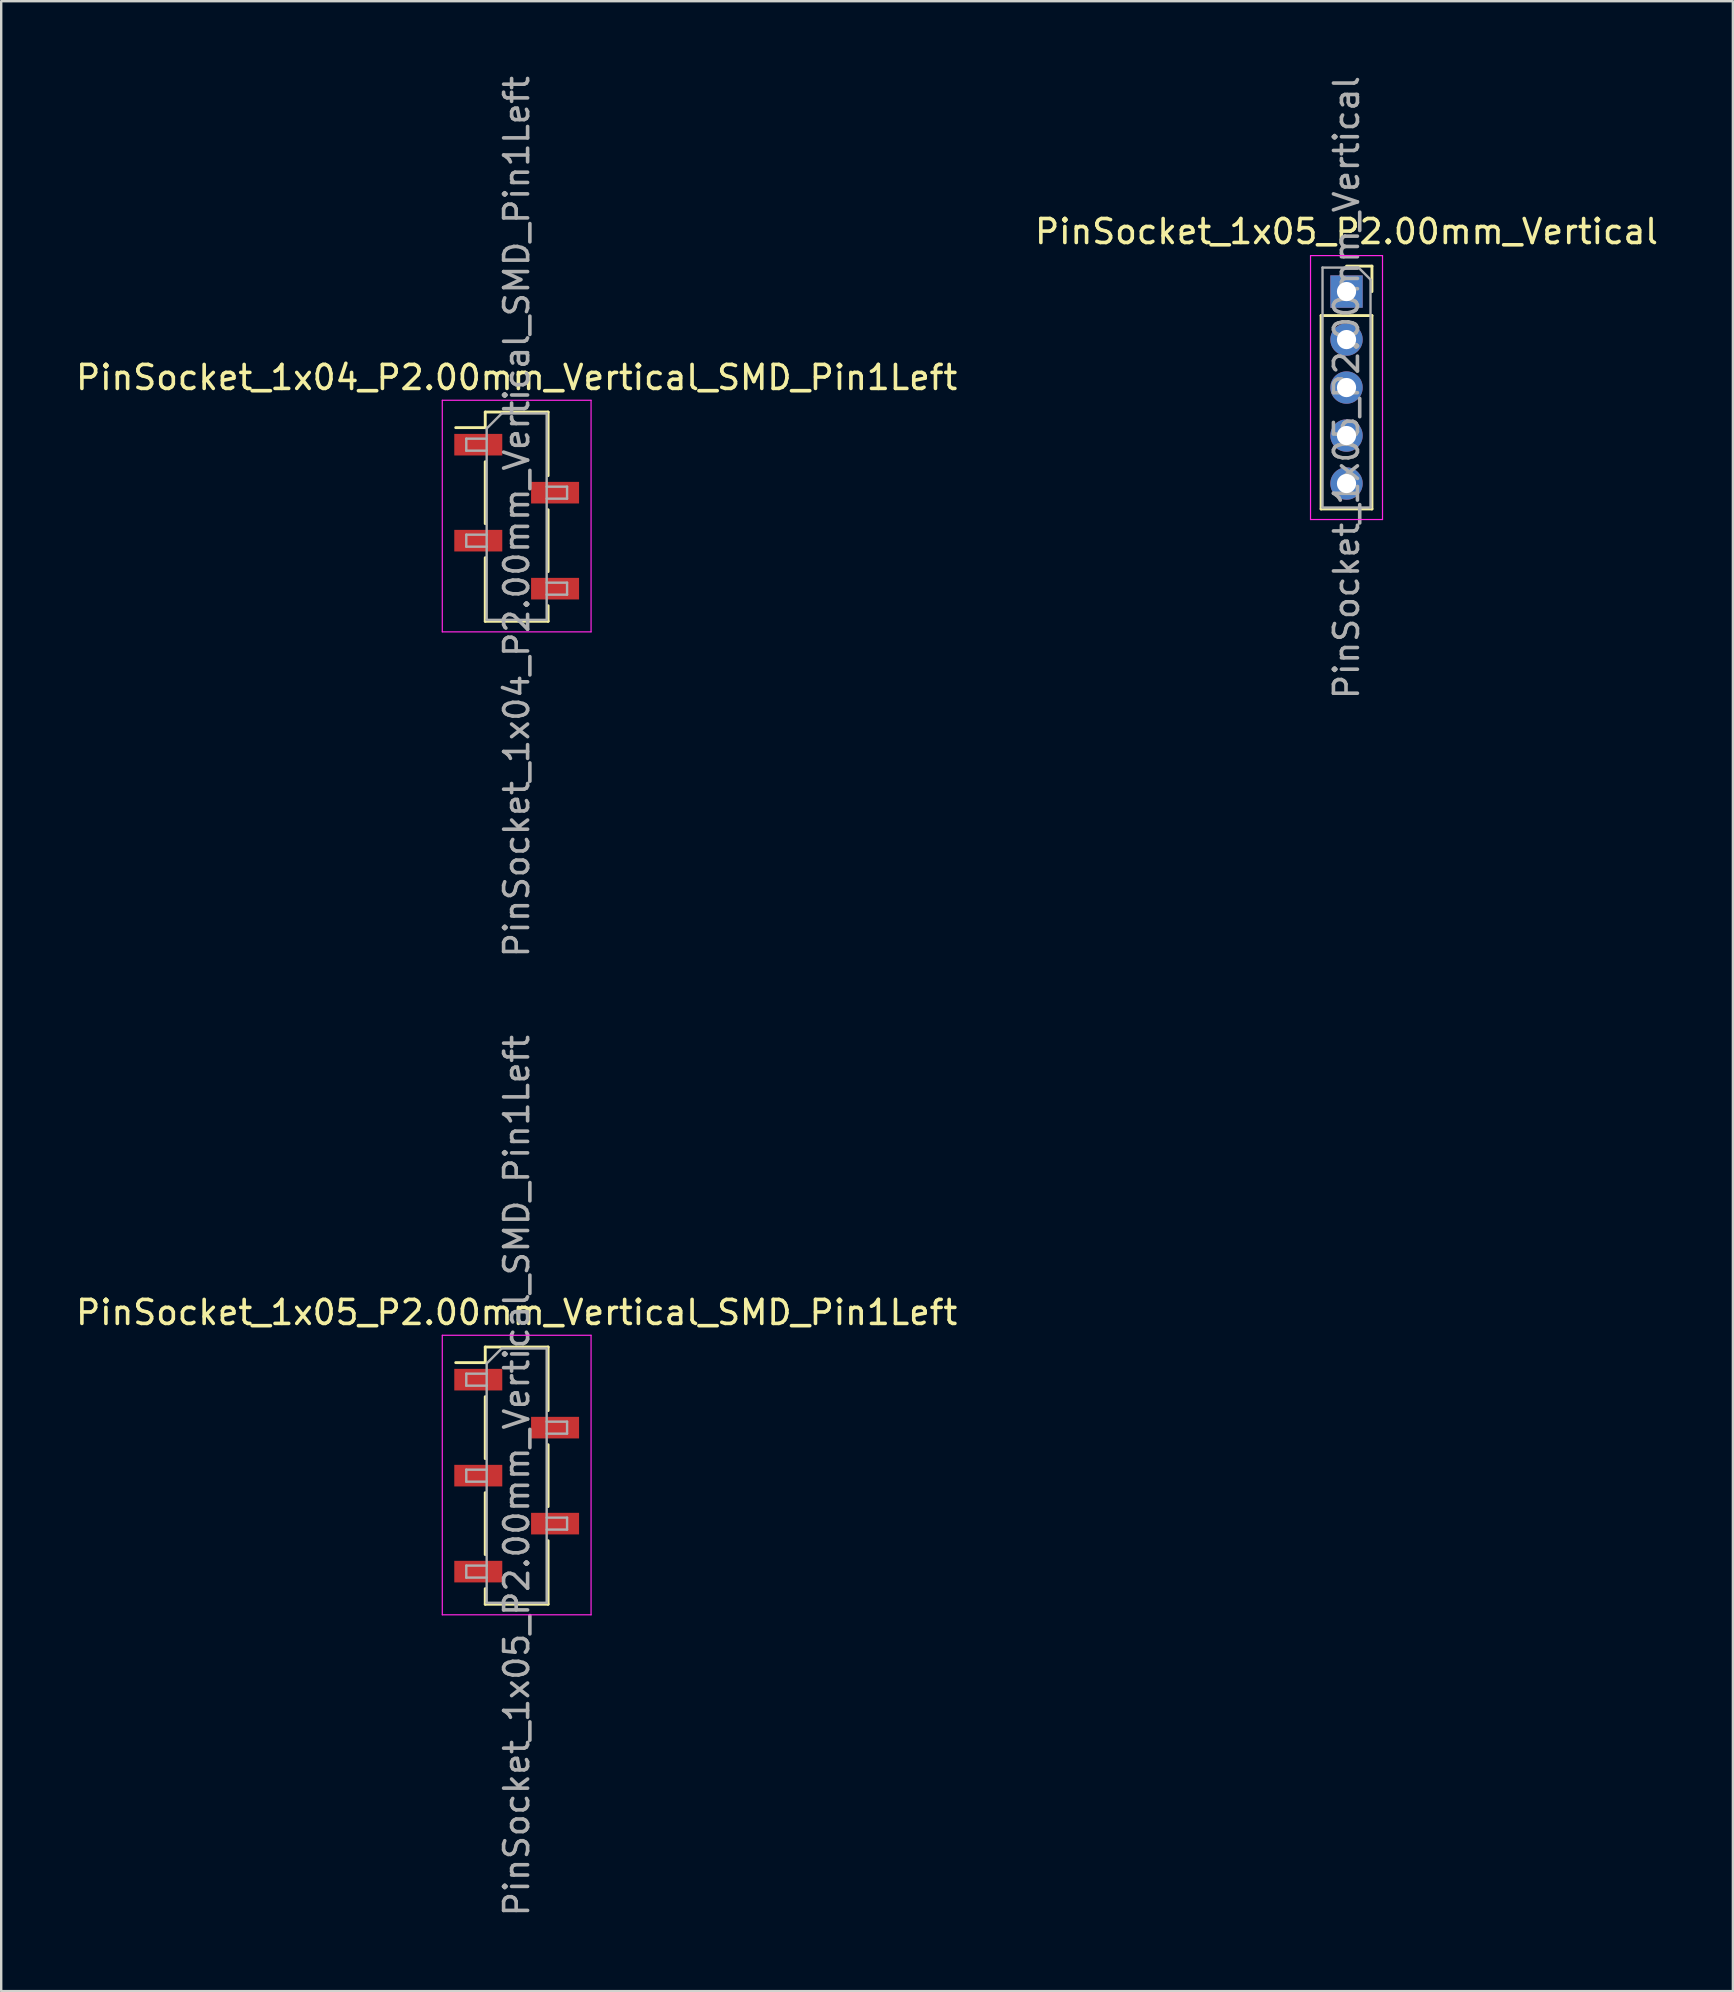
<source format=kicad_pcb>
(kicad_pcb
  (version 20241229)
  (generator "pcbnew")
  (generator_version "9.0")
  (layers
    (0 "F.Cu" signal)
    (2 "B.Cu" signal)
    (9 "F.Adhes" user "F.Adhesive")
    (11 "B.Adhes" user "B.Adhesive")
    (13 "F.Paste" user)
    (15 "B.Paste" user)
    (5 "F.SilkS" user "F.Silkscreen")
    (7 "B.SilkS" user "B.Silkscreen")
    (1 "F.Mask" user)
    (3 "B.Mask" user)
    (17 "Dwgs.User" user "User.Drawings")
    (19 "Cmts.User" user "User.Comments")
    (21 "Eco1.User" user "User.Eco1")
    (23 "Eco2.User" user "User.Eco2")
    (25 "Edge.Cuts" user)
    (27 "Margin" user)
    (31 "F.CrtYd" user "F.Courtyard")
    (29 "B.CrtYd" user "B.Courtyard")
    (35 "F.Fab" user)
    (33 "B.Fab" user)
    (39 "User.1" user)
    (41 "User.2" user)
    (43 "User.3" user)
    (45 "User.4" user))
  (footprint "PinSocket_1x05_P2.00mm_Vertical_SMD_Pin1Left"
    (layer "F.Cu")
    (at 18.482 58.446)
    (property "Reference" "PinSocket_1x05_P2.00mm_Vertical_SMD_Pin1Left" (at 0 -6.8 0) (layer "F.SilkS") (effects (font (size 1 1) (thickness 0.15))))
    (attr smd)
    (fp_line (start -2.54 -4.71) (end -1.31 -4.71) (stroke (width 0.12) (type solid)) (layer "F.SilkS"))
    (fp_line (start -1.31 -5.36) (end -1.31 -4.71) (stroke (width 0.12) (type solid)) (layer "F.SilkS"))
    (fp_line (start -1.31 -5.36) (end 1.31 -5.36) (stroke (width 0.12) (type solid)) (layer "F.SilkS"))
    (fp_line (start -1.31 -3.29) (end -1.31 -0.71) (stroke (width 0.12) (type solid)) (layer "F.SilkS"))
    (fp_line (start -1.31 0.71) (end -1.31 3.29) (stroke (width 0.12) (type solid)) (layer "F.SilkS"))
    (fp_line (start -1.31 4.71) (end -1.31 5.36) (stroke (width 0.12) (type solid)) (layer "F.SilkS"))
    (fp_line (start -1.31 5.36) (end 1.31 5.36) (stroke (width 0.12) (type solid)) (layer "F.SilkS"))
    (fp_line (start 1.31 -5.36) (end 1.31 -2.71) (stroke (width 0.12) (type solid)) (layer "F.SilkS"))
    (fp_line (start 1.31 -1.29) (end 1.31 1.29) (stroke (width 0.12) (type solid)) (layer "F.SilkS"))
    (fp_line (start 1.31 2.71) (end 1.31 5.36) (stroke (width 0.12) (type solid)) (layer "F.SilkS"))
    (fp_line (start -3.1 -5.85) (end 3.1 -5.85) (stroke (width 0.05) (type solid)) (layer "F.CrtYd"))
    (fp_line (start -3.1 5.8) (end -3.1 -5.85) (stroke (width 0.05) (type solid)) (layer "F.CrtYd"))
    (fp_line (start 3.1 -5.85) (end 3.1 5.8) (stroke (width 0.05) (type solid)) (layer "F.CrtYd"))
    (fp_line (start 3.1 5.8) (end -3.1 5.8) (stroke (width 0.05) (type solid)) (layer "F.CrtYd"))
    (fp_line (start -2.1 -4.25) (end -1.25 -4.25) (stroke (width 0.1) (type solid)) (layer "F.Fab"))
    (fp_line (start -2.1 -3.75) (end -2.1 -4.25) (stroke (width 0.1) (type solid)) (layer "F.Fab"))
    (fp_line (start -2.1 -0.25) (end -1.25 -0.25) (stroke (width 0.1) (type solid)) (layer "F.Fab"))
    (fp_line (start -2.1 0.25) (end -2.1 -0.25) (stroke (width 0.1) (type solid)) (layer "F.Fab"))
    (fp_line (start -2.1 3.75) (end -1.25 3.75) (stroke (width 0.1) (type solid)) (layer "F.Fab"))
    (fp_line (start -2.1 4.25) (end -2.1 3.75) (stroke (width 0.1) (type solid)) (layer "F.Fab"))
    (fp_line (start -1.25 -4.675) (end -0.625 -5.3) (stroke (width 0.1) (type solid)) (layer "F.Fab"))
    (fp_line (start -1.25 -3.75) (end -2.1 -3.75) (stroke (width 0.1) (type solid)) (layer "F.Fab"))
    (fp_line (start -1.25 0.25) (end -2.1 0.25) (stroke (width 0.1) (type solid)) (layer "F.Fab"))
    (fp_line (start -1.25 4.25) (end -2.1 4.25) (stroke (width 0.1) (type solid)) (layer "F.Fab"))
    (fp_line (start -1.25 5.3) (end -1.25 -4.675) (stroke (width 0.1) (type solid)) (layer "F.Fab"))
    (fp_line (start -0.625 -5.3) (end 1.25 -5.3) (stroke (width 0.1) (type solid)) (layer "F.Fab"))
    (fp_line (start 1.25 -5.3) (end 1.25 5.3) (stroke (width 0.1) (type solid)) (layer "F.Fab"))
    (fp_line (start 1.25 -2.25) (end 2.1 -2.25) (stroke (width 0.1) (type solid)) (layer "F.Fab"))
    (fp_line (start 1.25 1.75) (end 2.1 1.75) (stroke (width 0.1) (type solid)) (layer "F.Fab"))
    (fp_line (start 1.25 5.3) (end -1.25 5.3) (stroke (width 0.1) (type solid)) (layer "F.Fab"))
    (fp_line (start 2.1 -2.25) (end 2.1 -1.75) (stroke (width 0.1) (type solid)) (layer "F.Fab"))
    (fp_line (start 2.1 -1.75) (end 1.25 -1.75) (stroke (width 0.1) (type solid)) (layer "F.Fab"))
    (fp_line (start 2.1 1.75) (end 2.1 2.25) (stroke (width 0.1) (type solid)) (layer "F.Fab"))
    (fp_line (start 2.1 2.25) (end 1.25 2.25) (stroke (width 0.1) (type solid)) (layer "F.Fab"))
    (fp_text user "${REFERENCE}" (at 0 0 90) (layer "F.Fab") (effects (font (size 1 1) (thickness 0.15))))
    (pad "1" smd rect (at -1.6 -4) (size 2 0.9) (layers "F.Cu" "F.Mask" "F.Paste"))
    (pad "2" smd rect (at 1.6 -2) (size 2 0.9) (layers "F.Cu" "F.Mask" "F.Paste"))
    (pad "3" smd rect (at -1.6 0) (size 2 0.9) (layers "F.Cu" "F.Mask" "F.Paste"))
    (pad "4" smd rect (at 1.6 2) (size 2 0.9) (layers "F.Cu" "F.Mask" "F.Paste"))
    (pad "5" smd rect (at -1.6 4) (size 2 0.9) (layers "F.Cu" "F.Mask" "F.Paste")))
  (footprint "PinSocket_1x04_P2.00mm_Vertical_SMD_Pin1Left"
    (layer "F.Cu")
    (at 18.482 18.482)
    (property "Reference" "PinSocket_1x04_P2.00mm_Vertical_SMD_Pin1Left" (at 0 -5.8 0) (layer "F.SilkS") (effects (font (size 1 1) (thickness 0.15))))
    (attr smd)
    (fp_line (start -2.54 -3.71) (end -1.31 -3.71) (stroke (width 0.12) (type solid)) (layer "F.SilkS"))
    (fp_line (start -1.31 -4.36) (end -1.31 -3.71) (stroke (width 0.12) (type solid)) (layer "F.SilkS"))
    (fp_line (start -1.31 -4.36) (end 1.31 -4.36) (stroke (width 0.12) (type solid)) (layer "F.SilkS"))
    (fp_line (start -1.31 -2.29) (end -1.31 0.29) (stroke (width 0.12) (type solid)) (layer "F.SilkS"))
    (fp_line (start -1.31 1.71) (end -1.31 4.36) (stroke (width 0.12) (type solid)) (layer "F.SilkS"))
    (fp_line (start -1.31 4.36) (end 1.31 4.36) (stroke (width 0.12) (type solid)) (layer "F.SilkS"))
    (fp_line (start 1.31 -4.36) (end 1.31 -1.71) (stroke (width 0.12) (type solid)) (layer "F.SilkS"))
    (fp_line (start 1.31 -0.29) (end 1.31 2.29) (stroke (width 0.12) (type solid)) (layer "F.SilkS"))
    (fp_line (start 1.31 3.71) (end 1.31 4.36) (stroke (width 0.12) (type solid)) (layer "F.SilkS"))
    (fp_line (start -3.1 -4.85) (end 3.1 -4.85) (stroke (width 0.05) (type solid)) (layer "F.CrtYd"))
    (fp_line (start -3.1 4.8) (end -3.1 -4.85) (stroke (width 0.05) (type solid)) (layer "F.CrtYd"))
    (fp_line (start 3.1 -4.85) (end 3.1 4.8) (stroke (width 0.05) (type solid)) (layer "F.CrtYd"))
    (fp_line (start 3.1 4.8) (end -3.1 4.8) (stroke (width 0.05) (type solid)) (layer "F.CrtYd"))
    (fp_line (start -2.1 -3.25) (end -1.25 -3.25) (stroke (width 0.1) (type solid)) (layer "F.Fab"))
    (fp_line (start -2.1 -2.75) (end -2.1 -3.25) (stroke (width 0.1) (type solid)) (layer "F.Fab"))
    (fp_line (start -2.1 0.75) (end -1.25 0.75) (stroke (width 0.1) (type solid)) (layer "F.Fab"))
    (fp_line (start -2.1 1.25) (end -2.1 0.75) (stroke (width 0.1) (type solid)) (layer "F.Fab"))
    (fp_line (start -1.25 -3.675) (end -0.625 -4.3) (stroke (width 0.1) (type solid)) (layer "F.Fab"))
    (fp_line (start -1.25 -2.75) (end -2.1 -2.75) (stroke (width 0.1) (type solid)) (layer "F.Fab"))
    (fp_line (start -1.25 1.25) (end -2.1 1.25) (stroke (width 0.1) (type solid)) (layer "F.Fab"))
    (fp_line (start -1.25 4.3) (end -1.25 -3.675) (stroke (width 0.1) (type solid)) (layer "F.Fab"))
    (fp_line (start -0.625 -4.3) (end 1.25 -4.3) (stroke (width 0.1) (type solid)) (layer "F.Fab"))
    (fp_line (start 1.25 -4.3) (end 1.25 4.3) (stroke (width 0.1) (type solid)) (layer "F.Fab"))
    (fp_line (start 1.25 -1.25) (end 2.1 -1.25) (stroke (width 0.1) (type solid)) (layer "F.Fab"))
    (fp_line (start 1.25 2.75) (end 2.1 2.75) (stroke (width 0.1) (type solid)) (layer "F.Fab"))
    (fp_line (start 1.25 4.3) (end -1.25 4.3) (stroke (width 0.1) (type solid)) (layer "F.Fab"))
    (fp_line (start 2.1 -1.25) (end 2.1 -0.75) (stroke (width 0.1) (type solid)) (layer "F.Fab"))
    (fp_line (start 2.1 -0.75) (end 1.25 -0.75) (stroke (width 0.1) (type solid)) (layer "F.Fab"))
    (fp_line (start 2.1 2.75) (end 2.1 3.25) (stroke (width 0.1) (type solid)) (layer "F.Fab"))
    (fp_line (start 2.1 3.25) (end 1.25 3.25) (stroke (width 0.1) (type solid)) (layer "F.Fab"))
    (fp_text user "${REFERENCE}" (at 0 0 90) (layer "F.Fab") (effects (font (size 1 1) (thickness 0.15))))
    (pad "1" smd rect (at -1.6 -3) (size 2 0.9) (layers "F.Cu" "F.Mask" "F.Paste"))
    (pad "2" smd rect (at 1.6 -1) (size 2 0.9) (layers "F.Cu" "F.Mask" "F.Paste"))
    (pad "3" smd rect (at -1.6 1) (size 2 0.9) (layers "F.Cu" "F.Mask" "F.Paste"))
    (pad "4" smd rect (at 1.6 3) (size 2 0.9) (layers "F.Cu" "F.Mask" "F.Paste")))
  (footprint "PinSocket_1x05_P2.00mm_Vertical"
    (layer "F.Cu")
    (at 53.065 9.101)
    (property "Reference" "PinSocket_1x05_P2.00mm_Vertical" (at 0 -2.5 0) (layer "F.SilkS") (effects (font (size 1 1) (thickness 0.15))))
    (attr through_hole)
    (fp_line (start -1.06 1) (end -1.06 9.06) (stroke (width 0.12) (type solid)) (layer "F.SilkS"))
    (fp_line (start -1.06 1) (end 1.06 1) (stroke (width 0.12) (type solid)) (layer "F.SilkS"))
    (fp_line (start -1.06 9.06) (end 1.06 9.06) (stroke (width 0.12) (type solid)) (layer "F.SilkS"))
    (fp_line (start 0 -1.06) (end 1.06 -1.06) (stroke (width 0.12) (type solid)) (layer "F.SilkS"))
    (fp_line (start 1.06 -1.06) (end 1.06 0) (stroke (width 0.12) (type solid)) (layer "F.SilkS"))
    (fp_line (start 1.06 1) (end 1.06 9.06) (stroke (width 0.12) (type solid)) (layer "F.SilkS"))
    (fp_line (start -1.5 -1.5) (end 1.5 -1.5) (stroke (width 0.05) (type solid)) (layer "F.CrtYd"))
    (fp_line (start -1.5 9.5) (end -1.5 -1.5) (stroke (width 0.05) (type solid)) (layer "F.CrtYd"))
    (fp_line (start 1.5 -1.5) (end 1.5 9.5) (stroke (width 0.05) (type solid)) (layer "F.CrtYd"))
    (fp_line (start 1.5 9.5) (end -1.5 9.5) (stroke (width 0.05) (type solid)) (layer "F.CrtYd"))
    (fp_line (start -1 -1) (end 0.5 -1) (stroke (width 0.1) (type solid)) (layer "F.Fab"))
    (fp_line (start -1 9) (end -1 -1) (stroke (width 0.1) (type solid)) (layer "F.Fab"))
    (fp_line (start 0.5 -1) (end 1 -0.5) (stroke (width 0.1) (type solid)) (layer "F.Fab"))
    (fp_line (start 1 -0.5) (end 1 9) (stroke (width 0.1) (type solid)) (layer "F.Fab"))
    (fp_line (start 1 9) (end -1 9) (stroke (width 0.1) (type solid)) (layer "F.Fab"))
    (fp_text user "${REFERENCE}" (at 0 4 90) (layer "F.Fab") (effects (font (size 1 1) (thickness 0.15))))
    (pad "1" thru_hole rect (at 0 0) (size 1.35 1.35) (drill 0.8) (layers "*.Cu" "*.Mask"))
    (pad "2" thru_hole oval (at 0 2) (size 1.35 1.35) (drill 0.8) (layers "*.Cu" "*.Mask"))
    (pad "3" thru_hole oval (at 0 4) (size 1.35 1.35) (drill 0.8) (layers "*.Cu" "*.Mask"))
    (pad "4" thru_hole oval (at 0 6) (size 1.35 1.35) (drill 0.8) (layers "*.Cu" "*.Mask"))
    (pad "5" thru_hole oval (at 0 8) (size 1.35 1.35) (drill 0.8) (layers "*.Cu" "*.Mask")))
  (gr_rect
    (start -3 -3)
    (end 69.167 79.929)
    (stroke (width 0.1) (type default))
    (fill no)
    (layer "Edge.Cuts")))
</source>
